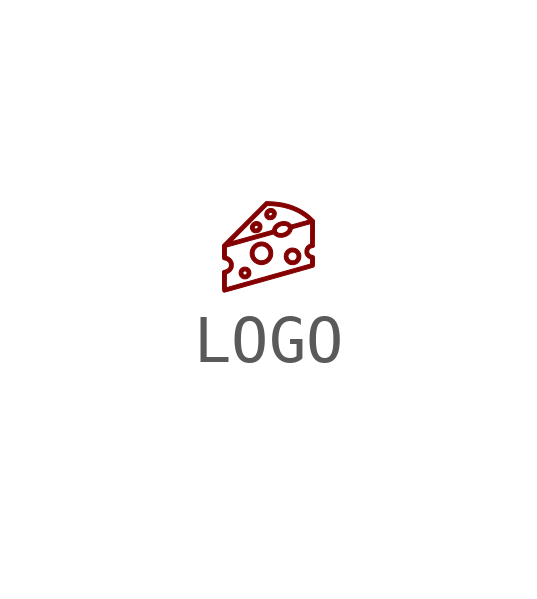
<source format=kicad_sym>
(kicad_symbol_lib
  (version 20220914)
  (generator "bitmap2component")
  (generator_version "9.0")
  (symbol "LOGO"
    (pin_names
      (offset 1.016))
    (property "Reference" "#G"
      (at 0 0.345 0)
      (effects (font (size 1.27 1.27)) hide))
    (symbol "LOGO_0_0"
      (polyline (pts (xy -0.92 -0.938) (xy -0.904 -0.933) (xy -0.881 -0.927) (xy -0.852 -0.919) (xy -0.817 -0.91) (xy -0.778 -0.899) (xy -0.737 -0.887) (xy -0.669 -0.868) (xy -0.517 -0.826) (xy -0.375 -0.785) (xy -0.241 -0.748) (xy -0.116 -0.713) (xy -0.000200 -0.68) (xy 0.108 -0.65) (xy 0.208 -0.622) (xy 0.3 -0.596) (xy 0.385 -0.572) (xy 0.462 -0.55) (xy 0.532 -0.53) (xy 0.596 -0.512) (xy 0.653 -0.496) (xy 0.704 -0.481) (xy 0.749 -0.469) (xy 0.788 -0.457) (xy 0.822 -0.448) (xy 0.851 -0.439) (xy 0.875 -0.433) (xy 0.893 -0.427) (xy 0.908 -0.423) (xy 0.918 -0.42) (xy 0.925 -0.417) (xy 0.928 -0.416) (xy 0.935 -0.412) (xy 0.94 -0.405) (xy 0.945 -0.395) (xy 0.947 -0.38) (xy 0.949 -0.359) (xy 0.95 -0.331) (xy 0.95 -0.294) (xy 0.95 -0.29) (xy 0.95 -0.259) (xy 0.95 -0.235) (xy 0.949 -0.218) (xy 0.948 -0.207) (xy 0.945 -0.199) (xy 0.943 -0.194) (xy 0.939 -0.189) (xy 0.924 -0.178) (xy 0.901 -0.171) (xy 0.893 -0.169) (xy 0.869 -0.161) (xy 0.852 -0.149) (xy 0.839 -0.13) (xy 0.831 -0.107) (xy 0.83 -0.08) (xy 0.837 -0.056) (xy 0.852 -0.035) (xy 0.873 -0.02) (xy 0.9 -0.012) (xy 0.908 -0.011) (xy 0.925 -0.006) (xy 0.936 0.000300) (xy 0.947 0.009) (xy 0.949 0.281) (xy 0.95 0.554) (xy 0.913 0.591) (xy 0.851 0.65) (xy 0.777 0.708) (xy 0.696 0.761) (xy 0.609 0.807) (xy 0.517 0.848) (xy 0.422 0.881) (xy 0.324 0.907) (xy 0.282 0.916) (xy 0.202 0.928) (xy 0.116 0.938) (xy 0.028 0.943) (xy -0.061 0.947) (xy -0.513 0.495) (xy -0.896 0.112) (xy -0.776 0.112) (xy -0.774 0.115) (xy -0.766 0.125) (xy -0.751 0.141) (xy -0.73 0.162) (xy -0.704 0.189) (xy -0.673 0.221) (xy -0.638 0.257) (xy -0.598 0.297) (xy -0.555 0.34) (xy -0.509 0.387) (xy -0.461 0.436) (xy -0.41 0.487) (xy -0.033 0.865) (xy 0.014 0.865) (xy 0.033 0.864) (xy 0.078 0.862) (xy 0.128 0.857) (xy 0.181 0.851) (xy 0.233 0.843) (xy 0.282 0.834) (xy 0.319 0.826) (xy 0.407 0.802) (xy 0.493 0.772) (xy 0.575 0.737) (xy 0.65 0.697) (xy 0.663 0.689) (xy 0.686 0.674) (xy 0.711 0.657) (xy 0.736 0.639) (xy 0.761 0.621) (xy 0.783 0.603) (xy 0.803 0.588) (xy 0.818 0.575) (xy 0.827 0.566) (xy 0.829 0.561) (xy 0.823 0.559) (xy 0.809 0.555) (xy 0.787 0.549) (xy 0.76 0.54) (xy 0.726 0.531) (xy 0.689 0.521) (xy 0.648 0.509) (xy 0.47 0.46) (xy 0.446 0.483) (xy 0.43 0.497) (xy 0.398 0.516) (xy 0.361 0.527) (xy 0.322 0.532) (xy 0.282 0.53) (xy 0.242 0.521) (xy 0.203 0.508) (xy 0.167 0.488) (xy 0.136 0.464) (xy 0.109 0.436) (xy 0.09 0.403) (xy 0.079 0.367) (xy 0.075 0.349) (xy 0.051 0.342) (xy 0.156 0.342) (xy 0.156 0.349) (xy 0.164 0.374) (xy 0.18 0.397) (xy 0.204 0.418) (xy 0.236 0.437) (xy 0.24 0.439) (xy 0.255 0.444) (xy 0.269 0.448) (xy 0.287 0.449) (xy 0.312 0.45) (xy 0.319 0.45) (xy 0.341 0.449) (xy 0.356 0.448) (xy 0.367 0.444) (xy 0.377 0.439) (xy 0.378 0.438) (xy 0.397 0.421) (xy 0.406 0.402) (xy 0.405 0.379) (xy 0.395 0.354) (xy 0.381 0.336) (xy 0.355 0.315) (xy 0.32 0.296) (xy 0.295 0.288) (xy 0.264 0.284) (xy 0.232 0.284) (xy 0.205 0.289) (xy 0.192 0.294) (xy 0.173 0.308) (xy 0.16 0.325) (xy 0.156 0.342) (xy 0.051 0.342) (xy -0.345 0.232) (xy -0.397 0.217) (xy -0.458 0.2) (xy -0.516 0.184) (xy -0.57 0.169) (xy -0.619 0.155) (xy -0.663 0.143) (xy -0.701 0.133) (xy -0.732 0.124) (xy -0.755 0.118) (xy -0.77 0.114) (xy -0.776 0.112) (xy -0.896 0.112) (xy -0.965 0.043) (xy -0.965 -0.1) (xy -0.965 -0.107) (xy -0.965 -0.147) (xy -0.965 -0.178) (xy -0.965 -0.202) (xy -0.964 -0.22) (xy -0.963 -0.232) (xy -0.961 -0.24) (xy -0.959 -0.246) (xy -0.957 -0.25) (xy -0.953 -0.253) (xy -0.939 -0.262) (xy -0.917 -0.268) (xy -0.889 -0.275) (xy -0.86 -0.292) (xy -0.837 -0.316) (xy -0.829 -0.329) (xy -0.824 -0.34) (xy -0.822 -0.354) (xy -0.822 -0.374) (xy -0.822 -0.395) (xy -0.824 -0.409) (xy -0.829 -0.42) (xy -0.837 -0.433) (xy -0.856 -0.454) (xy -0.884 -0.471) (xy -0.917 -0.481) (xy -0.937 -0.486) (xy -0.953 -0.496) (xy -0.965 -0.507) (xy -0.965 -0.699) (xy -0.885 -0.699) (xy -0.885 -0.684) (xy -0.884 -0.645) (xy -0.884 -0.614) (xy -0.884 -0.591) (xy -0.883 -0.575) (xy -0.882 -0.563) (xy -0.881 -0.557) (xy -0.879 -0.554) (xy -0.876 -0.553) (xy -0.873 -0.552) (xy -0.859 -0.547) (xy -0.841 -0.538) (xy -0.821 -0.525) (xy -0.803 -0.512) (xy -0.789 -0.499) (xy -0.78 -0.489) (xy -0.766 -0.468) (xy -0.755 -0.448) (xy -0.754 -0.448) (xy -0.748 -0.431) (xy -0.744 -0.416) (xy -0.742 -0.399) (xy -0.742 -0.374) (xy -0.742 -0.373) (xy -0.742 -0.349) (xy -0.744 -0.332) (xy -0.748 -0.317) (xy -0.755 -0.3) (xy -0.762 -0.287) (xy -0.776 -0.266) (xy -0.791 -0.247) (xy -0.806 -0.234) (xy -0.825 -0.22) (xy -0.845 -0.207) (xy -0.863 -0.199) (xy -0.877 -0.196) (xy -0.878 -0.196) (xy -0.881 -0.193) (xy -0.882 -0.186) (xy -0.883 -0.175) (xy -0.884 -0.158) (xy -0.884 -0.132) (xy -0.885 -0.098) (xy -0.884 -0.068) (xy -0.884 -0.042) (xy -0.884 -0.023) (xy -0.883 -0.011) (xy -0.881 -0.004) (xy -0.879 0.000200) (xy -0.876 0.002) (xy -0.874 0.003) (xy -0.862 0.006) (xy -0.843 0.011) (xy -0.815 0.019) (xy -0.78 0.029) (xy -0.738 0.04) (xy -0.691 0.054) (xy -0.637 0.068) (xy -0.58 0.084) (xy -0.518 0.102) (xy -0.453 0.12) (xy -0.386 0.139) (xy 0.096 0.273) (xy 0.118 0.252) (xy 0.124 0.246) (xy 0.159 0.224) (xy 0.198 0.209) (xy 0.241 0.203) (xy 0.286 0.206) (xy 0.298 0.208) (xy 0.344 0.221) (xy 0.385 0.24) (xy 0.421 0.265) (xy 0.45 0.295) (xy 0.472 0.329) (xy 0.485 0.365) (xy 0.485 0.368) (xy 0.491 0.38) (xy 0.504 0.387) (xy 0.507 0.387) (xy 0.519 0.391) (xy 0.539 0.397) (xy 0.564 0.404) (xy 0.595 0.412) (xy 0.628 0.422) (xy 0.664 0.432) (xy 0.7 0.442) (xy 0.736 0.452) (xy 0.77 0.461) (xy 0.801 0.47) (xy 0.828 0.477) (xy 0.848 0.483) (xy 0.862 0.486) (xy 0.867 0.487) (xy 0.867 0.486) (xy 0.868 0.476) (xy 0.868 0.457) (xy 0.869 0.431) (xy 0.869 0.399) (xy 0.869 0.361) (xy 0.869 0.319) (xy 0.869 0.274) (xy 0.869 0.237) (xy 0.869 0.192) (xy 0.869 0.154) (xy 0.869 0.125) (xy 0.869 0.103) (xy 0.868 0.086) (xy 0.867 0.074) (xy 0.866 0.067) (xy 0.864 0.063) (xy 0.863 0.061) (xy 0.86 0.06) (xy 0.854 0.059) (xy 0.84 0.052) (xy 0.823 0.042) (xy 0.805 0.028) (xy 0.79 0.015) (xy 0.784 0.008) (xy 0.766 -0.021) (xy 0.755 -0.054) (xy 0.751 -0.093) (xy 0.752 -0.111) (xy 0.753 -0.129) (xy 0.758 -0.145) (xy 0.765 -0.162) (xy 0.772 -0.174) (xy 0.793 -0.201) (xy 0.819 -0.224) (xy 0.847 -0.239) (xy 0.87 -0.248) (xy 0.868 -0.301) (xy 0.867 -0.353) (xy 0.533 -0.448) (xy 0.52 -0.451) (xy 0.464 -0.467) (xy 0.4 -0.485) (xy 0.33 -0.505) (xy 0.253 -0.526) (xy 0.173 -0.549) (xy 0.089 -0.572) (xy 0.004 -0.596) (xy -0.082 -0.621) (xy -0.167 -0.644) (xy -0.25 -0.668) (xy -0.329 -0.69) (xy -0.336 -0.692) (xy -0.407 -0.712) (xy -0.475 -0.731) (xy -0.54 -0.749) (xy -0.601 -0.766) (xy -0.657 -0.782) (xy -0.708 -0.797) (xy -0.754 -0.809) (xy -0.793 -0.82) (xy -0.824 -0.829) (xy -0.849 -0.836) (xy -0.864 -0.84) (xy -0.871 -0.842) (xy -0.885 -0.845) (xy -0.885 -0.699) (xy -0.965 -0.699) (xy -0.965 -0.706) (xy -0.965 -0.75) (xy -0.965 -0.795) (xy -0.964 -0.831) (xy -0.964 -0.861) (xy -0.963 -0.883) (xy -0.961 -0.9) (xy -0.959 -0.912) (xy -0.956 -0.921) (xy -0.953 -0.927) (xy -0.948 -0.931) (xy -0.943 -0.934) (xy -0.935 -0.937) (xy -0.928 -0.939) (xy -0.927 -0.939) (xy -0.92 -0.938)) (stroke (width 0.01) (type default)) (fill (type outline)))
      (polyline (pts (xy -0.468 -0.659) (xy -0.439 -0.647) (xy -0.413 -0.628) (xy -0.392 -0.604) (xy -0.379 -0.575) (xy -0.374 -0.542) (xy -0.377 -0.508) (xy -0.39 -0.477) (xy -0.413 -0.449) (xy -0.435 -0.432) (xy -0.464 -0.421) (xy -0.497 -0.417) (xy -0.522 -0.419) (xy -0.554 -0.43) (xy -0.581 -0.448) (xy -0.602 -0.473) (xy -0.615 -0.503) (xy -0.619 -0.538) (xy -0.619 -0.543) (xy -0.543 -0.543) (xy -0.543 -0.542) (xy -0.538 -0.522) (xy -0.527 -0.507) (xy -0.512 -0.498) (xy -0.495 -0.495) (xy -0.477 -0.499) (xy -0.462 -0.511) (xy -0.461 -0.514) (xy -0.453 -0.532) (xy -0.455 -0.551) (xy -0.467 -0.568) (xy -0.48 -0.579) (xy -0.498 -0.583) (xy -0.498 -0.583) (xy -0.513 -0.579) (xy -0.527 -0.569) (xy -0.538 -0.556) (xy -0.543 -0.543) (xy -0.619 -0.543) (xy -0.617 -0.563) (xy -0.606 -0.595) (xy -0.587 -0.622) (xy -0.56 -0.644) (xy -0.528 -0.659) (xy -0.499 -0.663) (xy -0.468 -0.659)) (stroke (width 0.01) (type default)) (fill (type outline)))
      (polyline (pts (xy -0.138 -0.365) (xy -0.113 -0.361) (xy -0.079 -0.352) (xy -0.036 -0.333) (xy 0.002 -0.305) (xy 0.034 -0.27) (xy 0.059 -0.228) (xy 0.061 -0.223) (xy 0.07 -0.203) (xy 0.075 -0.186) (xy 0.078 -0.167) (xy 0.08 -0.143) (xy 0.08 -0.125) (xy 0.076 -0.08) (xy 0.065 -0.04) (xy 0.045 -0.004) (xy 0.016 0.031) (xy 0.016 0.032) (xy -0.021 0.064) (xy -0.062 0.087) (xy -0.106 0.101) (xy -0.154 0.106) (xy -0.194 0.102) (xy -0.238 0.09) (xy -0.278 0.07) (xy -0.314 0.043) (xy -0.343 0.01) (xy -0.366 -0.028) (xy -0.382 -0.07) (xy -0.389 -0.115) (xy -0.388 -0.131) (xy -0.308 -0.131) (xy -0.307 -0.104) (xy -0.299 -0.071) (xy -0.283 -0.043) (xy -0.258 -0.015) (xy -0.252 -0.01) (xy -0.223 0.01) (xy -0.19 0.021) (xy -0.153 0.025) (xy -0.133 0.024) (xy -0.101 0.018) (xy -0.072 0.003) (xy -0.045 -0.02) (xy -0.032 -0.034) (xy -0.013 -0.064) (xy -0.002 -0.096) (xy 0.002 -0.135) (xy -0.000300 -0.156) (xy -0.011 -0.192) (xy -0.03 -0.224) (xy -0.056 -0.251) (xy -0.09 -0.272) (xy -0.092 -0.273) (xy -0.117 -0.28) (xy -0.146 -0.284) (xy -0.175 -0.284) (xy -0.199 -0.28) (xy -0.203 -0.278) (xy -0.239 -0.261) (xy -0.269 -0.237) (xy -0.29 -0.206) (xy -0.304 -0.171) (xy -0.308 -0.131) (xy -0.388 -0.131) (xy -0.387 -0.162) (xy -0.386 -0.17) (xy -0.373 -0.215) (xy -0.351 -0.256) (xy -0.323 -0.292) (xy -0.288 -0.322) (xy -0.248 -0.345) (xy -0.204 -0.359) (xy -0.181 -0.364) (xy -0.159 -0.366) (xy -0.138 -0.365)) (stroke (width 0.01) (type default)) (fill (type outline)))
      (polyline (pts (xy 0.501 -0.365) (xy 0.519 -0.364) (xy 0.557 -0.355) (xy 0.589 -0.339) (xy 0.618 -0.314) (xy 0.629 -0.3) (xy 0.65 -0.268) (xy 0.662 -0.233) (xy 0.666 -0.194) (xy 0.666 -0.178) (xy 0.664 -0.158) (xy 0.659 -0.141) (xy 0.651 -0.122) (xy 0.643 -0.107) (xy 0.621 -0.077) (xy 0.594 -0.052) (xy 0.564 -0.034) (xy 0.557 -0.031) (xy 0.531 -0.025) (xy 0.502 -0.021) (xy 0.473 -0.021) (xy 0.45 -0.024) (xy 0.431 -0.031) (xy 0.398 -0.049) (xy 0.368 -0.074) (xy 0.344 -0.105) (xy 0.329 -0.138) (xy 0.325 -0.152) (xy 0.321 -0.185) (xy 0.321 -0.196) (xy 0.397 -0.196) (xy 0.398 -0.181) (xy 0.408 -0.153) (xy 0.425 -0.129) (xy 0.448 -0.111) (xy 0.472 -0.102) (xy 0.5 -0.101) (xy 0.527 -0.106) (xy 0.55 -0.118) (xy 0.553 -0.12) (xy 0.572 -0.142) (xy 0.584 -0.168) (xy 0.587 -0.195) (xy 0.583 -0.223) (xy 0.57 -0.248) (xy 0.55 -0.269) (xy 0.546 -0.272) (xy 0.533 -0.28) (xy 0.519 -0.283) (xy 0.498 -0.285) (xy 0.486 -0.286) (xy 0.47 -0.285) (xy 0.457 -0.281) (xy 0.444 -0.274) (xy 0.441 -0.272) (xy 0.425 -0.257) (xy 0.411 -0.237) (xy 0.401 -0.215) (xy 0.397 -0.196) (xy 0.321 -0.196) (xy 0.322 -0.219) (xy 0.329 -0.249) (xy 0.335 -0.265) (xy 0.354 -0.296) (xy 0.381 -0.324) (xy 0.412 -0.347) (xy 0.445 -0.362) (xy 0.446 -0.362) (xy 0.46 -0.364) (xy 0.479 -0.365) (xy 0.501 -0.365)) (stroke (width 0.01) (type default)) (fill (type outline)))
      (polyline (pts (xy -0.237 0.302) (xy -0.213 0.31) (xy -0.184 0.33) (xy -0.162 0.356) (xy -0.148 0.387) (xy -0.143 0.422) (xy -0.144 0.44) (xy -0.153 0.47) (xy -0.169 0.496) (xy -0.194 0.516) (xy -0.211 0.524) (xy -0.243 0.532) (xy -0.275 0.531) (xy -0.305 0.522) (xy -0.333 0.505) (xy -0.356 0.483) (xy -0.373 0.455) (xy -0.384 0.421) (xy -0.385 0.417) (xy -0.384 0.406) (xy -0.307 0.406) (xy -0.306 0.408) (xy -0.301 0.423) (xy -0.291 0.437) (xy -0.279 0.446) (xy -0.272 0.449) (xy -0.252 0.452) (xy -0.236 0.448) (xy -0.226 0.438) (xy -0.221 0.424) (xy -0.224 0.408) (xy -0.236 0.392) (xy -0.236 0.391) (xy -0.253 0.38) (xy -0.27 0.376) (xy -0.287 0.379) (xy -0.299 0.388) (xy -0.304 0.397) (xy -0.307 0.406) (xy -0.384 0.406) (xy -0.383 0.39) (xy -0.374 0.363) (xy -0.359 0.338) (xy -0.338 0.317) (xy -0.314 0.304) (xy -0.293 0.299) (xy -0.265 0.298) (xy -0.237 0.302)) (stroke (width 0.01) (type default)) (fill (type outline)))
      (polyline (pts (xy 0.038 0.571) (xy 0.063 0.575) (xy 0.083 0.582) (xy 0.105 0.596) (xy 0.13 0.622) (xy 0.146 0.653) (xy 0.154 0.688) (xy 0.155 0.695) (xy 0.154 0.712) (xy 0.151 0.726) (xy 0.142 0.744) (xy 0.129 0.764) (xy 0.106 0.785) (xy 0.081 0.798) (xy 0.053 0.803) (xy 0.024 0.802) (xy -0.004 0.795) (xy -0.029 0.782) (xy -0.052 0.763) (xy -0.07 0.74) (xy -0.081 0.711) (xy -0.085 0.679) (xy -0.01 0.679) (xy -0.004 0.695) (xy 0.002 0.705) (xy 0.019 0.719) (xy 0.041 0.724) (xy 0.041 0.724) (xy 0.059 0.72) (xy 0.071 0.71) (xy 0.075 0.696) (xy 0.072 0.679) (xy 0.061 0.663) (xy 0.052 0.656) (xy 0.034 0.649) (xy 0.015 0.649) (xy 0 0.658) (xy -0.006 0.666) (xy -0.01 0.679) (xy -0.085 0.679) (xy -0.086 0.678) (xy -0.084 0.654) (xy -0.076 0.628) (xy -0.069 0.618) (xy -0.052 0.599) (xy -0.032 0.583) (xy -0.013 0.573) (xy -0.01 0.572) (xy 0.012 0.57) (xy 0.038 0.571)) (stroke (width 0.01) (type default)) (fill (type outline))))))
</source>
